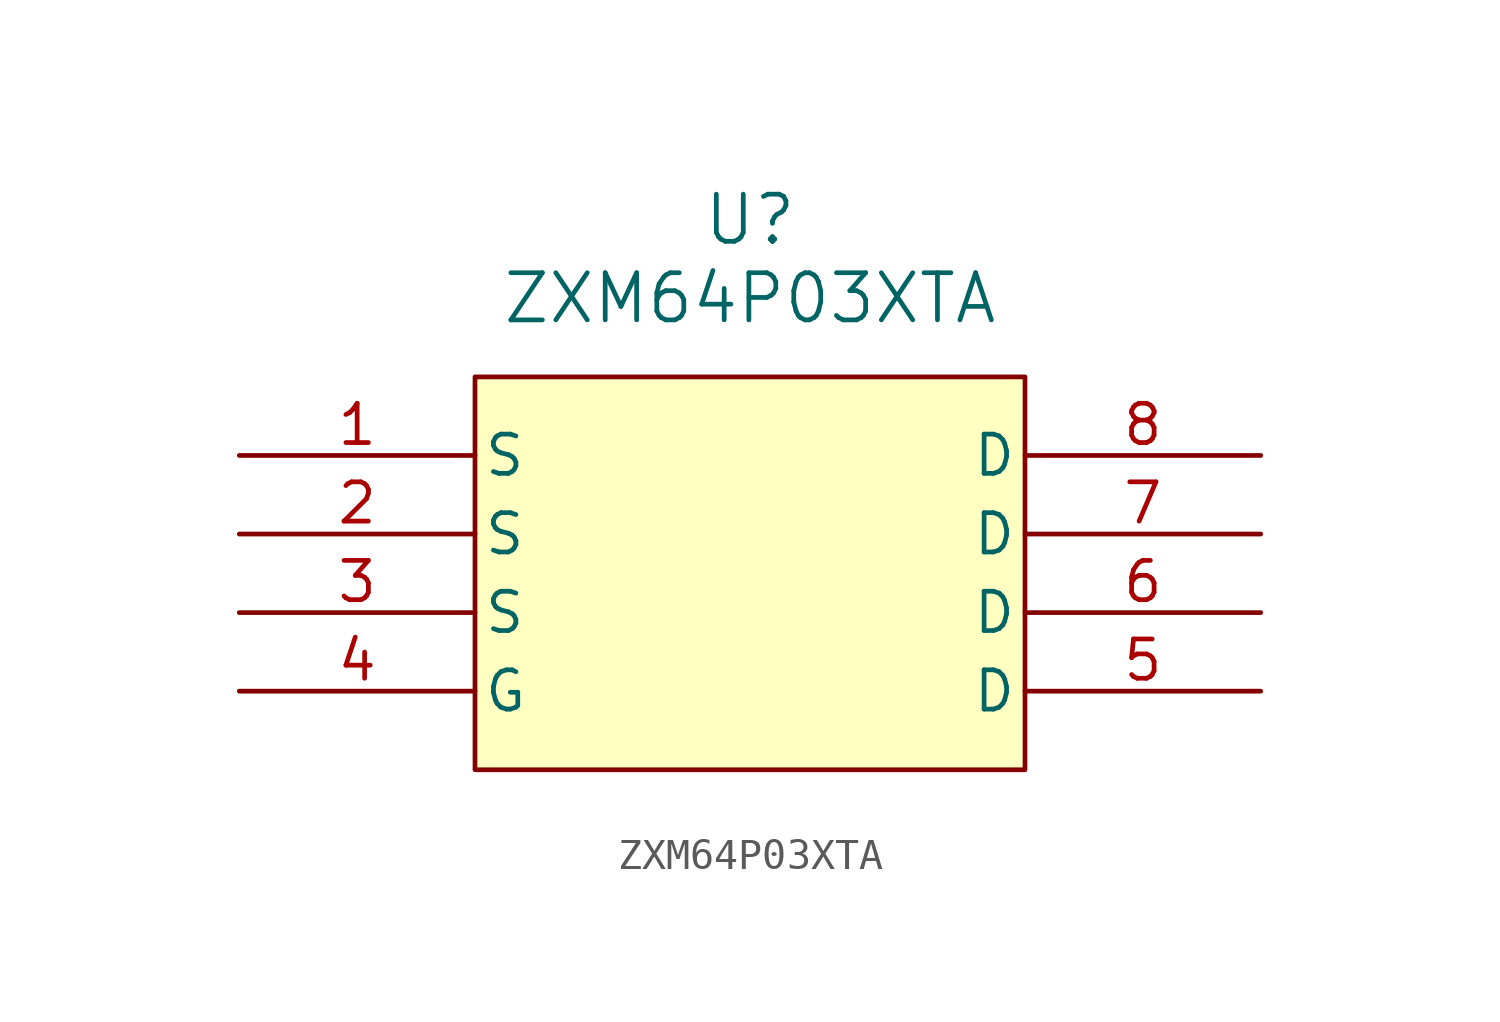
<source format=kicad_sym>
(kicad_symbol_lib
  (version 20241209)
  (generator "kicad_symbol_editor")
  (generator_version "9.0")
  (symbol "ZXM64P03XTA"
    (pin_names
      (offset 0.254))
    (property "Reference" "U"
      (at 16.51 7.62 0)
      (effects (font (size 1.524 1.524))))
    (property "Value" "ZXM64P03XTA"
      (at 16.51 5.08 0)
      (effects (font (size 1.524 1.524))))
    (property "ki_locked" ""
      (at 0 0 0)
      (effects (font (size 1.27 1.27))))
    (symbol "ZXM64P03XTA_1_1"
      (rectangle (start 7.62 2.54) (end 25.4 -10.16) (stroke (width 0) (type solid)) (fill (type background)))
      (pin unspecified line (at 0 0 0) (length 7.62) (name "S" (effects (font (size 1.27 1.27)))) (number "1" (effects (font (size 1.27 1.27)))))
      (pin unspecified line (at 0 -2.54 0) (length 7.62) (name "S" (effects (font (size 1.27 1.27)))) (number "2" (effects (font (size 1.27 1.27)))))
      (pin unspecified line (at 0 -5.08 0) (length 7.62) (name "S" (effects (font (size 1.27 1.27)))) (number "3" (effects (font (size 1.27 1.27)))))
      (pin unspecified line (at 0 -7.62 0) (length 7.62) (name "G" (effects (font (size 1.27 1.27)))) (number "4" (effects (font (size 1.27 1.27)))))
      (pin unspecified line (at 33.02 0 180) (length 7.62) (name "D" (effects (font (size 1.27 1.27)))) (number "8" (effects (font (size 1.27 1.27)))))
      (pin unspecified line (at 33.02 -2.54 180) (length 7.62) (name "D" (effects (font (size 1.27 1.27)))) (number "7" (effects (font (size 1.27 1.27)))))
      (pin unspecified line (at 33.02 -5.08 180) (length 7.62) (name "D" (effects (font (size 1.27 1.27)))) (number "6" (effects (font (size 1.27 1.27)))))
      (pin unspecified line (at 33.02 -7.62 180) (length 7.62) (name "D" (effects (font (size 1.27 1.27)))) (number "5" (effects (font (size 1.27 1.27))))))))
</source>
